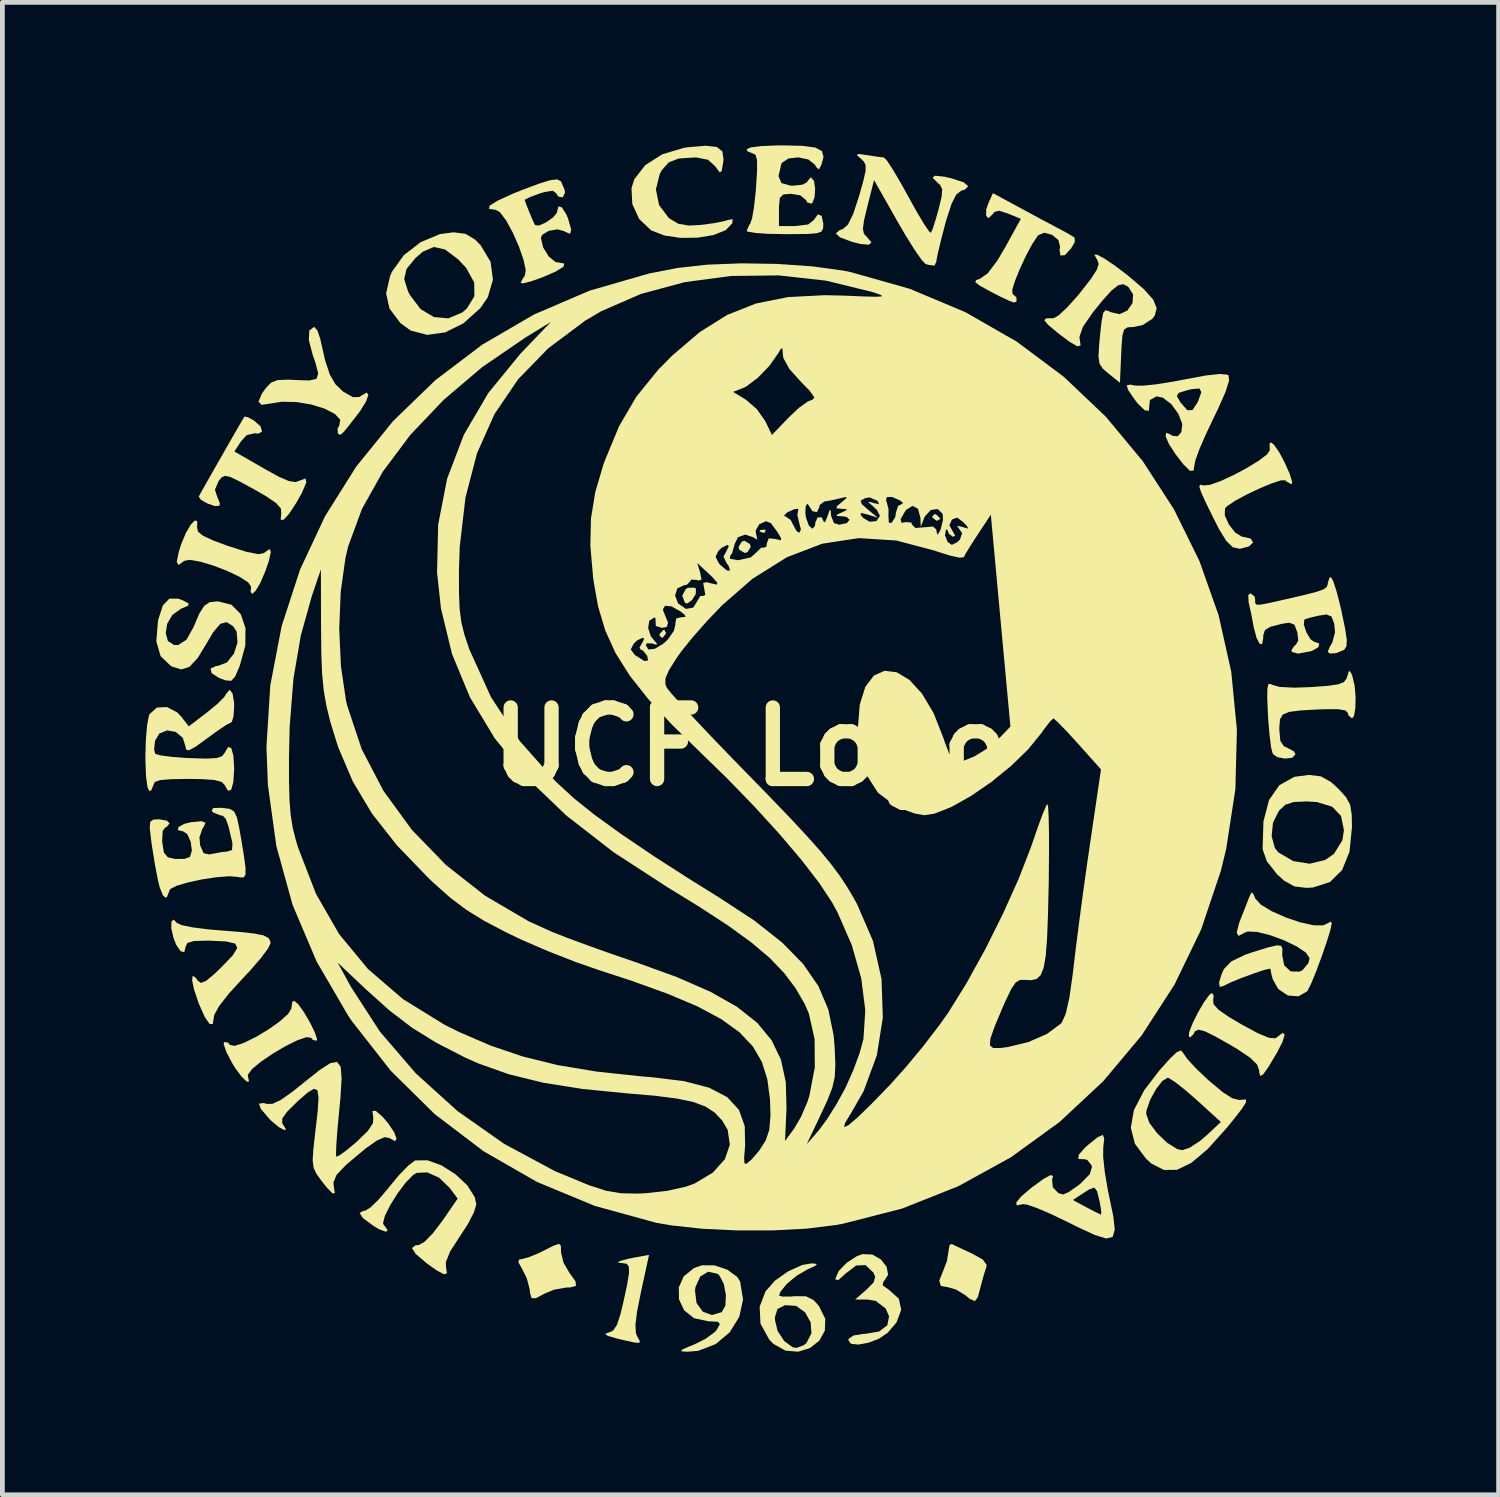
<source format=kicad_pcb>
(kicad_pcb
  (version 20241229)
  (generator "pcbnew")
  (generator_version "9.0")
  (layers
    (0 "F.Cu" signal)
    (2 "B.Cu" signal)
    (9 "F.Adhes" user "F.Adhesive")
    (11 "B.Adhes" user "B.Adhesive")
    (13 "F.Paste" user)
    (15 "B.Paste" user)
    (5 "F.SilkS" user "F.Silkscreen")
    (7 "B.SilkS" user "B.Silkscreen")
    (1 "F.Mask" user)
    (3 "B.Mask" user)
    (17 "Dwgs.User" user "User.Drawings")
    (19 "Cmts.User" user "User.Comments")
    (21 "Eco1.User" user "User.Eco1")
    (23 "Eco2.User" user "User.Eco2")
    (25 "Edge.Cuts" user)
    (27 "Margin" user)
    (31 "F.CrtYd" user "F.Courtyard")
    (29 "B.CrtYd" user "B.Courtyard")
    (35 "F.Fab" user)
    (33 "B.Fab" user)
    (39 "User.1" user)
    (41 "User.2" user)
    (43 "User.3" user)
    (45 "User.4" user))
  (footprint "UCF Logo"
    (layer "F.Cu")
    (at 12.7 12.615)
    (property "Reference" "UCF Logo" (at 0 0 0) (layer "F.SilkS") (effects (font (size 1.5 1.5) (thickness 0.3))))
    (attr board_only exclude_from_pos_files exclude_from_bom)
    (fp_poly (pts (xy 0.31 -4.544) (xy 0.299 -4.493) (xy 0.254 -4.487) (xy 0.184 -4.518) (xy 0.198 -4.544) (xy 0.298 -4.554)) (stroke (width 0) (type solid)) (fill yes) (layer "F.SilkS"))
    (fp_poly (pts (xy -1.779 -2.39) (xy -1.778 -2.371) (xy -1.843 -2.289) (xy -1.868 -2.286) (xy -1.918 -2.338) (xy -1.905 -2.371) (xy -1.829 -2.451) (xy -1.815 -2.455)) (stroke (width 0) (type solid)) (fill yes) (layer "F.SilkS"))
    (fp_poly (pts (xy -0.015 -4.25) (xy 0 -4.191) (xy -0.068 -4.079) (xy -0.127 -4.064) (xy -0.239 -4.132) (xy -0.254 -4.191) (xy -0.186 -4.303) (xy -0.127 -4.318)) (stroke (width 0) (type solid)) (fill yes) (layer "F.SilkS"))
    (fp_poly (pts (xy 3.895 -4.868) (xy 3.975 -4.792) (xy 3.979 -4.779) (xy 3.914 -4.742) (xy 3.895 -4.741) (xy 3.813 -4.806) (xy 3.81 -4.831) (xy 3.862 -4.882)) (stroke (width 0) (type solid)) (fill yes) (layer "F.SilkS"))
    (fp_poly (pts (xy -1.148 -3.311) (xy -1.153 -3.203) (xy -1.229 -3.079) (xy -1.327 -3.005) (xy -1.378 -3.015) (xy -1.437 -3.168) (xy -1.363 -3.305) (xy -1.315 -3.332) (xy -1.183 -3.337)) (stroke (width 0) (type solid)) (fill yes) (layer "F.SilkS"))
    (fp_poly (pts (xy 4.322 10.486) (xy 4.526 10.581) (xy 4.635 10.631) (xy 4.868 10.76) (xy 4.95 10.873) (xy 4.943 10.922) (xy 4.888 11.091) (xy 4.826 11.323) (xy 4.824 11.331) (xy 4.764 11.553) (xy 4.704 11.632) (xy 4.603 11.589) (xy 4.499 11.507) (xy 4.308 11.39) (xy 4.153 11.345) (xy 3.989 11.314) (xy 3.956 11.203) (xy 4.029 11.022) (xy 4.118 10.787) (xy 4.148 10.597) (xy 4.171 10.459) (xy 4.212 10.433)) (stroke (width 0) (type solid)) (fill yes) (layer "F.SilkS"))
    (fp_poly (pts (xy -3.983 10.471) (xy -3.979 10.593) (xy -3.979 10.614) (xy -3.928 10.824) (xy -3.81 11.03) (xy -3.676 11.217) (xy -3.664 11.312) (xy -3.778 11.345) (xy -3.873 11.348) (xy -4.129 11.394) (xy -4.318 11.472) (xy -4.508 11.572) (xy -4.597 11.57) (xy -4.631 11.456) (xy -4.637 11.386) (xy -4.698 11.152) (xy -4.793 10.963) (xy -4.876 10.813) (xy -4.855 10.757) (xy -4.811 10.753) (xy -4.666 10.716) (xy -4.445 10.625) (xy -4.36 10.583) (xy -4.134 10.469) (xy -4.021 10.43)) (stroke (width 0) (type solid)) (fill yes) (layer "F.SilkS"))
    (fp_poly (pts (xy -2.303 11.446) (xy -2.384 11.853) (xy -2.418 12.128) (xy -2.409 12.302) (xy -2.379 12.38) (xy -2.327 12.469) (xy -2.337 12.509) (xy -2.438 12.502) (xy -2.661 12.453) (xy -2.794 12.421) (xy -3.005 12.36) (xy -3.054 12.318) (xy -2.993 12.298) (xy -2.888 12.253) (xy -2.808 12.135) (xy -2.733 11.91) (xy -2.675 11.669) (xy -2.593 11.291) (xy -2.553 11.048) (xy -2.556 10.911) (xy -2.6 10.85) (xy -2.681 10.837) (xy -2.789 10.824) (xy -2.745 10.791) (xy -2.564 10.743) (xy -2.442 10.719) (xy -2.133 10.663)) (stroke (width 0) (type solid)) (fill yes) (layer "F.SilkS"))
    (fp_poly (pts (xy -11.611 -4.726) (xy -11.615 -4.604) (xy -11.598 -4.514) (xy -11.497 -4.428) (xy -11.283 -4.328) (xy -10.971 -4.212) (xy -10.578 -4.087) (xy -10.327 -4.038) (xy -10.213 -4.062) (xy -10.099 -4.146) (xy -10.066 -4.088) (xy -10.112 -3.886) (xy -10.182 -3.683) (xy -10.287 -3.437) (xy -10.387 -3.27) (xy -10.461 -3.202) (xy -10.492 -3.255) (xy -10.481 -3.353) (xy -10.542 -3.446) (xy -10.723 -3.563) (xy -10.981 -3.686) (xy -11.27 -3.798) (xy -11.546 -3.881) (xy -11.767 -3.92) (xy -11.884 -3.898) (xy -12.003 -3.812) (xy -12.042 -3.874) (xy -12 -4.085) (xy -11.948 -4.25) (xy -11.849 -4.486) (xy -11.746 -4.66) (xy -11.66 -4.747)) (stroke (width 0) (type solid)) (fill yes) (layer "F.SilkS"))
    (fp_poly (pts (xy -9.495 5.401) (xy -9.376 5.566) (xy -9.251 5.778) (xy -9.149 5.984) (xy -9.099 6.132) (xy -9.105 6.17) (xy -9.183 6.155) (xy -9.221 6.109) (xy -9.319 6.095) (xy -9.513 6.161) (xy -9.763 6.285) (xy -10.03 6.442) (xy -10.276 6.61) (xy -10.462 6.764) (xy -10.549 6.881) (xy -10.549 6.91) (xy -10.525 7.027) (xy -10.576 7.026) (xy -10.68 6.925) (xy -10.814 6.745) (xy -10.879 6.64) (xy -10.997 6.414) (xy -11.055 6.249) (xy -11.052 6.198) (xy -10.969 6.208) (xy -10.926 6.258) (xy -10.825 6.277) (xy -10.631 6.214) (xy -10.382 6.091) (xy -10.12 5.934) (xy -9.881 5.765) (xy -9.706 5.609) (xy -9.634 5.488) (xy -9.635 5.474) (xy -9.617 5.354) (xy -9.578 5.334)) (stroke (width 0) (type solid)) (fill yes) (layer "F.SilkS"))
    (fp_poly (pts (xy 9.716 5.23) (xy 9.702 5.313) (xy 9.713 5.408) (xy 9.818 5.522) (xy 10.038 5.674) (xy 10.299 5.828) (xy 10.647 6.016) (xy 10.878 6.11) (xy 11.008 6.119) (xy 11.033 6.103) (xy 11.159 6.006) (xy 11.202 6.041) (xy 11.159 6.19) (xy 11.046 6.413) (xy 10.867 6.714) (xy 10.753 6.875) (xy 10.691 6.91) (xy 10.669 6.831) (xy 10.668 6.794) (xy 10.624 6.669) (xy 10.478 6.526) (xy 10.207 6.344) (xy 10.082 6.269) (xy 9.747 6.079) (xy 9.527 5.971) (xy 9.394 5.938) (xy 9.321 5.972) (xy 9.29 6.032) (xy 9.222 6.097) (xy 9.193 6.084) (xy 9.199 5.989) (xy 9.272 5.803) (xy 9.384 5.578) (xy 9.509 5.363) (xy 9.62 5.21) (xy 9.679 5.166)) (stroke (width 0) (type solid)) (fill yes) (layer "F.SilkS"))
    (fp_poly (pts (xy -5.984 -10.76) (xy -5.784 -10.639) (xy -5.664 -10.517) (xy -5.457 -10.171) (xy -5.408 -9.797) (xy -5.517 -9.426) (xy -5.673 -9.199) (xy -6.03 -8.88) (xy -6.41 -8.692) (xy -6.786 -8.639) (xy -7.131 -8.728) (xy -7.349 -8.886) (xy -7.579 -9.193) (xy -7.649 -9.511) (xy -7.58 -9.811) (xy -7.27 -9.811) (xy -7.19 -9.555) (xy -7.155 -9.484) (xy -6.928 -9.181) (xy -6.647 -9.013) (xy -6.344 -8.986) (xy -6.053 -9.109) (xy -5.956 -9.192) (xy -5.797 -9.45) (xy -5.801 -9.737) (xy -5.968 -10.042) (xy -6.137 -10.223) (xy -6.411 -10.43) (xy -6.648 -10.483) (xy -6.881 -10.384) (xy -7.034 -10.251) (xy -7.221 -10.022) (xy -7.27 -9.811) (xy -7.58 -9.811) (xy -7.565 -9.872) (xy -7.522 -9.971) (xy -7.277 -10.311) (xy -6.925 -10.584) (xy -6.521 -10.753) (xy -6.238 -10.791)) (stroke (width 0) (type solid)) (fill yes) (layer "F.SilkS"))
    (fp_poly (pts (xy 2.552 10.656) (xy 2.731 10.758) (xy 2.852 10.913) (xy 2.883 11.08) (xy 2.794 11.218) (xy 2.782 11.226) (xy 2.769 11.301) (xy 2.909 11.403) (xy 3.108 11.582) (xy 3.158 11.815) (xy 3.06 12.079) (xy 2.873 12.298) (xy 2.687 12.423) (xy 2.467 12.507) (xy 2.257 12.545) (xy 2.103 12.528) (xy 2.048 12.45) (xy 2.054 12.425) (xy 2.155 12.355) (xy 2.363 12.32) (xy 2.409 12.319) (xy 2.695 12.27) (xy 2.867 12.139) (xy 2.903 11.95) (xy 2.83 11.786) (xy 2.622 11.628) (xy 2.446 11.599) (xy 2.192 11.599) (xy 2.429 11.393) (xy 2.581 11.238) (xy 2.611 11.119) (xy 2.573 11.033) (xy 2.409 10.877) (xy 2.212 10.886) (xy 1.991 11.055) (xy 1.843 11.189) (xy 1.78 11.182) (xy 1.778 11.161) (xy 1.847 11.001) (xy 2.016 10.827) (xy 2.229 10.689) (xy 2.344 10.647)) (stroke (width 0) (type solid)) (fill yes) (layer "F.SilkS"))
    (fp_poly (pts (xy -0.711 -12.582) (xy -0.594 -12.489) (xy -0.57 -12.32) (xy -0.578 -12.257) (xy -0.609 -12.077) (xy -0.649 -12.048) (xy -0.73 -12.154) (xy -0.742 -12.173) (xy -0.895 -12.313) (xy -1.137 -12.36) (xy -1.189 -12.361) (xy -1.512 -12.339) (xy -1.721 -12.258) (xy -1.867 -12.091) (xy -1.907 -12.018) (xy -1.989 -11.691) (xy -1.923 -11.364) (xy -1.72 -11.094) (xy -1.703 -11.08) (xy -1.519 -10.971) (xy -1.302 -10.933) (xy -1.058 -10.945) (xy -0.78 -10.981) (xy -0.554 -11.026) (xy -0.486 -11.047) (xy -0.379 -11.068) (xy -0.387 -10.98) (xy -0.525 -10.836) (xy -0.781 -10.734) (xy -1.112 -10.679) (xy -1.47 -10.674) (xy -1.81 -10.724) (xy -2.087 -10.831) (xy -2.091 -10.834) (xy -2.341 -11.071) (xy -2.484 -11.384) (xy -2.501 -11.716) (xy -2.444 -11.902) (xy -2.212 -12.201) (xy -1.854 -12.428) (xy -1.404 -12.563) (xy -1.317 -12.576) (xy -0.944 -12.607)) (stroke (width 0) (type solid)) (fill yes) (layer "F.SilkS"))
    (fp_poly (pts (xy 11.963 0.624) (xy 12.176 0.743) (xy 12.327 0.881) (xy 12.489 1.058) (xy 12.576 1.218) (xy 12.61 1.428) (xy 12.615 1.689) (xy 12.563 2.204) (xy 12.408 2.589) (xy 12.153 2.84) (xy 11.798 2.955) (xy 11.657 2.963) (xy 11.405 2.932) (xy 11.192 2.813) (xy 11.041 2.675) (xy 10.828 2.404) (xy 10.741 2.153) (xy 10.74 2.146) (xy 10.748 1.879) (xy 10.929 1.879) (xy 10.997 2.127) (xy 11.07 2.219) (xy 11.384 2.402) (xy 11.728 2.456) (xy 12.051 2.379) (xy 12.238 2.248) (xy 12.415 1.962) (xy 12.446 1.753) (xy 12.386 1.455) (xy 12.2 1.26) (xy 11.882 1.163) (xy 11.675 1.149) (xy 11.393 1.161) (xy 11.216 1.22) (xy 11.084 1.343) (xy 10.958 1.595) (xy 10.929 1.879) (xy 10.748 1.879) (xy 10.758 1.567) (xy 10.875 1.12) (xy 11.091 0.809) (xy 11.405 0.633) (xy 11.711 0.593)) (stroke (width 0) (type solid)) (fill yes) (layer "F.SilkS"))
    (fp_poly (pts (xy -0.759 10.883) (xy -0.489 10.974) (xy -0.283 11.125) (xy -0.222 11.222) (xy -0.16 11.599) (xy -0.241 11.964) (xy -0.441 12.288) (xy -0.736 12.535) (xy -1.102 12.676) (xy -1.331 12.695) (xy -1.453 12.686) (xy -1.448 12.655) (xy -1.302 12.589) (xy -1.195 12.547) (xy -0.945 12.423) (xy -0.753 12.281) (xy -0.709 12.23) (xy -0.646 12.114) (xy -0.69 12.066) (xy -0.87 12.057) (xy -0.886 12.057) (xy -1.188 11.992) (xy -1.396 11.826) (xy -1.504 11.597) (xy -1.508 11.407) (xy -1.169 11.407) (xy -1.137 11.671) (xy -1.006 11.854) (xy -0.813 11.925) (xy -0.608 11.865) (xy -0.532 11.729) (xy -0.52 11.51) (xy -0.563 11.276) (xy -0.655 11.096) (xy -0.699 11.058) (xy -0.892 11.016) (xy -1.057 11.116) (xy -1.157 11.333) (xy -1.169 11.407) (xy -1.508 11.407) (xy -1.509 11.346) (xy -1.405 11.113) (xy -1.188 10.938) (xy -1.022 10.881)) (stroke (width 0) (type solid)) (fill yes) (layer "F.SilkS"))
    (fp_poly (pts (xy 10.978 -6.337) (xy 11.09 -6.173) (xy 11.202 -5.964) (xy 11.308 -5.724) (xy 11.36 -5.557) (xy 11.349 -5.503) (xy 11.236 -5.565) (xy 11.219 -5.587) (xy 11.128 -5.588) (xy 10.934 -5.525) (xy 10.681 -5.42) (xy 10.411 -5.292) (xy 10.169 -5.162) (xy 10 -5.049) (xy 9.951 -5) (xy 9.946 -4.854) (xy 10.031 -4.664) (xy 10.164 -4.492) (xy 10.306 -4.405) (xy 10.327 -4.403) (xy 10.488 -4.366) (xy 10.541 -4.285) (xy 10.458 -4.204) (xy 10.449 -4.2) (xy 10.264 -4.151) (xy 10.115 -4.183) (xy 9.977 -4.317) (xy 9.82 -4.575) (xy 9.713 -4.785) (xy 9.546 -5.126) (xy 9.448 -5.342) (xy 9.412 -5.457) (xy 9.429 -5.495) (xy 9.494 -5.484) (xy 9.504 -5.48) (xy 9.639 -5.493) (xy 9.862 -5.573) (xy 10.133 -5.699) (xy 10.412 -5.848) (xy 10.658 -5.999) (xy 10.832 -6.13) (xy 10.892 -6.22) (xy 10.891 -6.225) (xy 10.886 -6.354) (xy 10.91 -6.385)) (stroke (width 0) (type solid)) (fill yes) (layer "F.SilkS"))
    (fp_poly (pts (xy 1.388 10.852) (xy 1.36 10.89) (xy 1.185 10.971) (xy 0.962 11.101) (xy 0.757 11.272) (xy 0.621 11.44) (xy 0.595 11.517) (xy 0.668 11.538) (xy 0.852 11.536) (xy 0.919 11.53) (xy 1.159 11.531) (xy 1.321 11.613) (xy 1.432 11.736) (xy 1.564 12.003) (xy 1.556 12.252) (xy 1.439 12.464) (xy 1.243 12.618) (xy 0.997 12.694) (xy 0.732 12.672) (xy 0.478 12.531) (xy 0.389 12.44) (xy 0.205 12.106) (xy 0.201 12.024) (xy 0.508 12.024) (xy 0.564 12.258) (xy 0.702 12.469) (xy 0.877 12.599) (xy 0.957 12.615) (xy 1.11 12.56) (xy 1.168 12.514) (xy 1.275 12.307) (xy 1.257 12.076) (xy 1.141 11.869) (xy 0.954 11.733) (xy 0.724 11.718) (xy 0.723 11.718) (xy 0.563 11.797) (xy 0.51 11.963) (xy 0.508 12.024) (xy 0.201 12.024) (xy 0.188 11.749) (xy 0.31 11.43) (xy 0.506 11.206) (xy 0.787 11.007) (xy 1.086 10.873) (xy 1.282 10.841)) (stroke (width 0) (type solid)) (fill yes) (layer "F.SilkS"))
    (fp_poly (pts (xy 5.78 -11.235) (xy 6.11 -11.057) (xy 6.403 -10.901) (xy 6.613 -10.789) (xy 6.667 -10.76) (xy 6.795 -10.679) (xy 6.8 -10.587) (xy 6.722 -10.454) (xy 6.592 -10.312) (xy 6.499 -10.304) (xy 6.479 -10.426) (xy 6.491 -10.483) (xy 6.457 -10.627) (xy 6.324 -10.738) (xy 6.158 -10.783) (xy 6.028 -10.727) (xy 5.907 -10.545) (xy 5.774 -10.297) (xy 5.648 -10.026) (xy 5.546 -9.774) (xy 5.488 -9.585) (xy 5.492 -9.501) (xy 5.493 -9.5) (xy 5.575 -9.426) (xy 5.577 -9.339) (xy 5.524 -9.317) (xy 5.42 -9.356) (xy 5.217 -9.452) (xy 5.038 -9.544) (xy 4.807 -9.671) (xy 4.711 -9.746) (xy 4.732 -9.791) (xy 4.808 -9.815) (xy 4.973 -9.93) (xy 5.178 -10.203) (xy 5.334 -10.468) (xy 5.668 -11.073) (xy 5.409 -11.18) (xy 5.218 -11.243) (xy 5.116 -11.22) (xy 5.077 -11.171) (xy 4.99 -11.089) (xy 4.94 -11.135) (xy 4.941 -11.269) (xy 4.983 -11.394) (xy 5.082 -11.612)) (stroke (width 0) (type solid)) (fill yes) (layer "F.SilkS"))
    (fp_poly (pts (xy 12.593 -1.553) (xy 12.624 -1.477) (xy 12.67 -1.282) (xy 12.691 -1.039) (xy 12.686 -0.807) (xy 12.656 -0.64) (xy 12.615 -0.593) (xy 12.537 -0.66) (xy 12.531 -0.701) (xy 12.483 -0.759) (xy 12.325 -0.786) (xy 12.031 -0.785) (xy 11.917 -0.781) (xy 11.538 -0.76) (xy 11.298 -0.729) (xy 11.164 -0.674) (xy 11.106 -0.577) (xy 11.092 -0.421) (xy 11.091 -0.351) (xy 11.112 -0.12) (xy 11.188 -0.006) (xy 11.261 0.025) (xy 11.398 0.099) (xy 11.43 0.161) (xy 11.362 0.233) (xy 11.209 0.251) (xy 11.045 0.219) (xy 10.953 0.151) (xy 10.92 0.024) (xy 10.887 -0.227) (xy 10.859 -0.553) (xy 10.852 -0.673) (xy 10.837 -1.022) (xy 10.841 -1.227) (xy 10.865 -1.316) (xy 10.915 -1.313) (xy 10.931 -1.301) (xy 11.093 -1.253) (xy 11.404 -1.237) (xy 11.758 -1.25) (xy 12.11 -1.276) (xy 12.328 -1.308) (xy 12.447 -1.356) (xy 12.502 -1.432) (xy 12.513 -1.467) (xy 12.554 -1.591)) (stroke (width 0) (type solid)) (fill yes) (layer "F.SilkS"))
    (fp_poly (pts (xy -9.09 -8.732) (xy -9.03 -8.553) (xy -9.026 -8.535) (xy -8.929 -8.105) (xy -8.83 -7.806) (xy -8.712 -7.603) (xy -8.56 -7.457) (xy -8.546 -7.447) (xy -8.345 -7.332) (xy -8.212 -7.336) (xy -8.181 -7.357) (xy -8.057 -7.429) (xy -8.021 -7.384) (xy -8.067 -7.246) (xy -8.194 -7.043) (xy -8.23 -6.994) (xy -8.422 -6.745) (xy -8.536 -6.605) (xy -8.599 -6.548) (xy -8.636 -6.55) (xy -8.662 -6.574) (xy -8.667 -6.677) (xy -8.632 -6.736) (xy -8.611 -6.859) (xy -8.725 -6.981) (xy -8.939 -7.091) (xy -9.219 -7.178) (xy -9.529 -7.23) (xy -9.835 -7.237) (xy -10.065 -7.2) (xy -10.264 -7.171) (xy -10.327 -7.24) (xy -10.254 -7.409) (xy -10.172 -7.523) (xy -10.063 -7.637) (xy -9.926 -7.691) (xy -9.707 -7.7) (xy -9.539 -7.692) (xy -9.257 -7.682) (xy -9.109 -7.717) (xy -9.074 -7.829) (xy -9.131 -8.051) (xy -9.189 -8.219) (xy -9.27 -8.53) (xy -9.261 -8.731) (xy -9.163 -8.805) (xy -9.157 -8.805)) (stroke (width 0) (type solid)) (fill yes) (layer "F.SilkS"))
    (fp_poly (pts (xy -12.039 3.699) (xy -11.934 3.746) (xy -11.699 3.793) (xy -11.376 3.834) (xy -11.176 3.851) (xy -10.723 3.887) (xy -10.414 3.921) (xy -10.22 3.961) (xy -10.118 4.013) (xy -10.079 4.083) (xy -10.075 4.127) (xy -10.131 4.242) (xy -10.283 4.444) (xy -10.503 4.699) (xy -10.668 4.874) (xy -10.949 5.182) (xy -11.15 5.439) (xy -11.252 5.621) (xy -11.261 5.664) (xy -11.285 5.818) (xy -11.352 5.82) (xy -11.452 5.675) (xy -11.579 5.392) (xy -11.589 5.364) (xy -11.679 5.095) (xy -11.719 4.902) (xy -11.709 4.809) (xy -11.649 4.841) (xy -11.598 4.913) (xy -11.534 4.957) (xy -11.428 4.915) (xy -11.253 4.77) (xy -11.093 4.616) (xy -10.868 4.38) (xy -10.772 4.225) (xy -10.814 4.133) (xy -11.004 4.087) (xy -11.352 4.071) (xy -11.409 4.07) (xy -11.681 4.078) (xy -11.818 4.118) (xy -11.853 4.191) (xy -11.884 4.311) (xy -11.959 4.294) (xy -12.052 4.159) (xy -12.109 4.016) (xy -12.157 3.808) (xy -12.153 3.667) (xy -12.106 3.628)) (stroke (width 0) (type solid)) (fill yes) (layer "F.SilkS"))
    (fp_poly (pts (xy -10.543 -6.909) (xy -10.422 -6.843) (xy -10.283 -6.719) (xy -10.252 -6.611) (xy -10.331 -6.566) (xy -10.4 -6.576) (xy -10.573 -6.538) (xy -10.694 -6.405) (xy -10.833 -6.193) (xy -10.222 -5.841) (xy -9.902 -5.664) (xy -9.689 -5.572) (xy -9.549 -5.551) (xy -9.462 -5.581) (xy -9.34 -5.627) (xy -9.323 -5.545) (xy -9.412 -5.333) (xy -9.533 -5.116) (xy -9.687 -4.882) (xy -9.802 -4.759) (xy -9.861 -4.76) (xy -9.85 -4.894) (xy -9.849 -4.9) (xy -9.858 -4.999) (xy -9.956 -5.109) (xy -10.165 -5.252) (xy -10.425 -5.402) (xy -10.727 -5.567) (xy -10.917 -5.658) (xy -11.03 -5.683) (xy -11.102 -5.649) (xy -11.164 -5.57) (xy -11.241 -5.391) (xy -11.194 -5.247) (xy -11.138 -5.108) (xy -11.147 -5.052) (xy -11.244 -5.048) (xy -11.397 -5.101) (xy -11.534 -5.178) (xy -11.58 -5.245) (xy -11.58 -5.246) (xy -11.532 -5.335) (xy -11.421 -5.532) (xy -11.268 -5.802) (xy -11.094 -6.106) (xy -10.922 -6.407) (xy -10.771 -6.67) (xy -10.663 -6.855) (xy -10.62 -6.927)) (stroke (width 0) (type solid)) (fill yes) (layer "F.SilkS"))
    (fp_poly (pts (xy 9.073 6.427) (xy 9.16 6.553) (xy 9.341 6.749) (xy 9.58 6.976) (xy 9.623 7.015) (xy 9.902 7.248) (xy 10.099 7.375) (xy 10.249 7.414) (xy 10.317 7.406) (xy 10.392 7.404) (xy 10.391 7.463) (xy 10.303 7.602) (xy 10.117 7.84) (xy 9.983 8.004) (xy 9.587 8.444) (xy 9.244 8.733) (xy 8.943 8.878) (xy 8.67 8.881) (xy 8.411 8.75) (xy 8.295 8.647) (xy 8.061 8.332) (xy 7.975 7.996) (xy 8.026 7.702) (xy 8.297 7.702) (xy 8.363 7.891) (xy 8.526 8.11) (xy 8.737 8.311) (xy 8.948 8.442) (xy 9.052 8.467) (xy 9.216 8.411) (xy 9.431 8.27) (xy 9.547 8.171) (xy 9.864 7.875) (xy 9.356 7.412) (xy 9.107 7.196) (xy 8.899 7.033) (xy 8.767 6.951) (xy 8.749 6.946) (xy 8.636 7.014) (xy 8.503 7.186) (xy 8.382 7.407) (xy 8.307 7.621) (xy 8.297 7.702) (xy 8.026 7.702) (xy 8.04 7.625) (xy 8.256 7.209) (xy 8.57 6.799) (xy 8.797 6.544) (xy 8.942 6.408) (xy 9.027 6.374)) (stroke (width 0) (type solid)) (fill yes) (layer "F.SilkS"))
    (fp_poly (pts (xy -12.005 -3.104) (xy -11.912 -3.068) (xy -11.79 -3.003) (xy -11.806 -2.956) (xy -11.957 -2.891) (xy -12.135 -2.763) (xy -12.242 -2.577) (xy -12.273 -2.38) (xy -12.227 -2.216) (xy -12.098 -2.132) (xy -12.012 -2.132) (xy -11.838 -2.243) (xy -11.694 -2.499) (xy -11.569 -2.79) (xy -11.465 -2.955) (xy -11.351 -3.03) (xy -11.193 -3.048) (xy -11.174 -3.048) (xy -10.893 -2.977) (xy -10.699 -2.781) (xy -10.599 -2.485) (xy -10.604 -2.115) (xy -10.72 -1.695) (xy -10.815 -1.474) (xy -10.897 -1.382) (xy -11.017 -1.39) (xy -11.155 -1.442) (xy -11.31 -1.542) (xy -11.332 -1.639) (xy -11.218 -1.692) (xy -11.181 -1.693) (xy -10.988 -1.767) (xy -10.842 -1.951) (xy -10.767 -2.185) (xy -10.785 -2.411) (xy -10.854 -2.523) (xy -10.994 -2.613) (xy -11.128 -2.576) (xy -11.278 -2.4) (xy -11.403 -2.187) (xy -11.603 -1.858) (xy -11.776 -1.674) (xy -11.946 -1.62) (xy -12.138 -1.679) (xy -12.166 -1.693) (xy -12.38 -1.898) (xy -12.47 -2.206) (xy -12.437 -2.625) (xy -12.429 -2.667) (xy -12.333 -2.964) (xy -12.197 -3.105)) (stroke (width 0) (type solid)) (fill yes) (layer "F.SilkS"))
    (fp_poly (pts (xy -6.485 8.786) (xy -6.191 8.974) (xy -5.943 9.207) (xy -5.788 9.455) (xy -5.757 9.602) (xy -5.805 9.766) (xy -5.93 10.01) (xy -6.101 10.274) (xy -6.306 10.591) (xy -6.395 10.813) (xy -6.392 10.923) (xy -6.372 11.05) (xy -6.437 11.07) (xy -6.6 10.981) (xy -6.799 10.838) (xy -7.028 10.644) (xy -7.106 10.52) (xy -7.036 10.463) (xy -6.965 10.457) (xy -6.845 10.39) (xy -6.672 10.214) (xy -6.484 9.969) (xy -6.148 9.482) (xy -6.318 9.255) (xy -6.538 9.043) (xy -6.784 8.933) (xy -7.006 8.942) (xy -7.083 8.986) (xy -7.246 9.155) (xy -7.416 9.383) (xy -7.568 9.629) (xy -7.676 9.847) (xy -7.714 9.995) (xy -7.703 10.026) (xy -7.615 10.144) (xy -7.653 10.178) (xy -7.795 10.126) (xy -7.915 10.055) (xy -8.135 9.891) (xy -8.206 9.784) (xy -8.125 9.738) (xy -8.091 9.737) (xy -7.983 9.673) (xy -7.811 9.507) (xy -7.61 9.271) (xy -7.582 9.234) (xy -7.372 8.982) (xy -7.18 8.786) (xy -7.045 8.684) (xy -7.036 8.681) (xy -6.782 8.678)) (stroke (width 0) (type solid)) (fill yes) (layer "F.SilkS"))
    (fp_poly (pts (xy 7.417 8.226) (xy 7.397 8.403) (xy 7.395 8.61) (xy 7.429 8.925) (xy 7.491 9.292) (xy 7.522 9.44) (xy 7.608 9.857) (xy 7.638 10.136) (xy 7.594 10.286) (xy 7.46 10.319) (xy 7.218 10.245) (xy 6.852 10.075) (xy 6.658 9.978) (xy 6.311 9.811) (xy 6.013 9.683) (xy 5.801 9.609) (xy 5.714 9.598) (xy 5.581 9.625) (xy 5.571 9.564) (xy 5.613 9.512) (xy 6.758 9.512) (xy 7.041 9.663) (xy 7.23 9.762) (xy 7.342 9.815) (xy 7.352 9.818) (xy 7.355 9.748) (xy 7.326 9.573) (xy 7.321 9.546) (xy 7.268 9.328) (xy 7.209 9.251) (xy 7.098 9.291) (xy 6.984 9.364) (xy 6.758 9.512) (xy 5.613 9.512) (xy 5.676 9.436) (xy 5.882 9.26) (xy 6.143 9.07) (xy 6.292 8.988) (xy 6.343 9.008) (xy 6.323 9.091) (xy 6.339 9.246) (xy 6.457 9.369) (xy 6.557 9.396) (xy 6.673 9.344) (xy 6.856 9.217) (xy 6.926 9.161) (xy 7.114 8.97) (xy 7.159 8.818) (xy 7.149 8.781) (xy 7.058 8.668) (xy 6.994 8.656) (xy 6.873 8.651) (xy 6.882 8.563) (xy 7.017 8.409) (xy 7.082 8.352) (xy 7.286 8.19) (xy 7.39 8.146)) (stroke (width 0) (type solid)) (fill yes) (layer "F.SilkS"))
    (fp_poly (pts (xy 10.005 -7.803) (xy 10.025 -7.789) (xy 10.036 -7.678) (xy 9.963 -7.445) (xy 9.803 -7.082) (xy 9.713 -6.898) (xy 9.547 -6.548) (xy 9.414 -6.24) (xy 9.332 -6.015) (xy 9.313 -5.926) (xy 9.291 -5.791) (xy 9.217 -5.787) (xy 9.08 -5.92) (xy 8.916 -6.132) (xy 8.772 -6.354) (xy 8.705 -6.514) (xy 8.717 -6.586) (xy 8.815 -6.545) (xy 8.843 -6.523) (xy 8.959 -6.512) (xy 9.035 -6.597) (xy 9.055 -6.77) (xy 8.972 -6.984) (xy 8.824 -7.186) (xy 8.647 -7.322) (xy 8.514 -7.349) (xy 8.377 -7.272) (xy 8.365 -7.176) (xy 8.355 -7.047) (xy 8.27 -7.055) (xy 8.124 -7.195) (xy 8.059 -7.278) (xy 8.008 -7.352) (xy 8.941 -7.352) (xy 9.019 -7.22) (xy 9.02 -7.218) (xy 9.16 -7.059) (xy 9.268 -7.06) (xy 9.375 -7.223) (xy 9.388 -7.25) (xy 9.455 -7.437) (xy 9.415 -7.514) (xy 9.248 -7.5) (xy 9.152 -7.476) (xy 8.976 -7.421) (xy 8.941 -7.352) (xy 8.008 -7.352) (xy 7.919 -7.482) (xy 7.889 -7.581) (xy 7.969 -7.596) (xy 8.065 -7.576) (xy 8.226 -7.573) (xy 8.507 -7.602) (xy 8.862 -7.658) (xy 9.096 -7.703) (xy 9.547 -7.787) (xy 9.846 -7.819)) (stroke (width 0) (type solid)) (fill yes) (layer "F.SilkS"))
    (fp_poly (pts (xy 7.27 -10.321) (xy 7.427 -10.237) (xy 7.66 -10.078) (xy 7.912 -9.886) (xy 8.246 -9.601) (xy 8.445 -9.379) (xy 8.518 -9.2) (xy 8.477 -9.043) (xy 8.425 -8.975) (xy 8.225 -8.846) (xy 8.034 -8.805) (xy 7.909 -8.798) (xy 7.836 -8.752) (xy 7.799 -8.629) (xy 7.78 -8.394) (xy 7.772 -8.22) (xy 7.747 -7.635) (xy 7.508 -7.826) (xy 7.384 -7.934) (xy 7.317 -8.039) (xy 7.297 -8.191) (xy 7.311 -8.439) (xy 7.328 -8.617) (xy 7.362 -8.926) (xy 7.395 -9.096) (xy 7.442 -9.156) (xy 7.515 -9.136) (xy 7.546 -9.118) (xy 7.738 -9.073) (xy 7.904 -9.151) (xy 8.01 -9.305) (xy 8.023 -9.489) (xy 7.92 -9.649) (xy 7.82 -9.702) (xy 7.71 -9.681) (xy 7.566 -9.566) (xy 7.366 -9.342) (xy 7.18 -9.112) (xy 6.971 -8.81) (xy 6.897 -8.599) (xy 6.904 -8.541) (xy 6.921 -8.417) (xy 6.853 -8.4) (xy 6.688 -8.495) (xy 6.444 -8.679) (xy 6.235 -8.854) (xy 6.158 -8.95) (xy 6.207 -8.987) (xy 6.35 -8.987) (xy 6.458 -9.046) (xy 6.635 -9.21) (xy 6.849 -9.447) (xy 6.923 -9.538) (xy 7.142 -9.82) (xy 7.262 -10.006) (xy 7.301 -10.127) (xy 7.272 -10.215) (xy 7.262 -10.228) (xy 7.209 -10.322)) (stroke (width 0) (type solid)) (fill yes) (layer "F.SilkS"))
    (fp_poly (pts (xy -3.987 -11.865) (xy -3.974 -11.847) (xy -3.904 -11.68) (xy -3.896 -11.62) (xy -3.944 -11.524) (xy -4.038 -11.542) (xy -4.082 -11.612) (xy -4.152 -11.663) (xy -4.323 -11.637) (xy -4.428 -11.605) (xy -4.627 -11.532) (xy -4.735 -11.478) (xy -4.741 -11.47) (xy -4.712 -11.384) (xy -4.646 -11.217) (xy -4.573 -11.044) (xy -4.524 -10.941) (xy -4.439 -10.934) (xy -4.292 -11.001) (xy -4.146 -11.103) (xy -4.066 -11.201) (xy -4.064 -11.216) (xy -4.034 -11.336) (xy -3.961 -11.313) (xy -3.866 -11.162) (xy -3.83 -11.076) (xy -3.766 -10.85) (xy -3.79 -10.759) (xy -3.903 -10.807) (xy -3.914 -10.816) (xy -4.058 -10.854) (xy -4.238 -10.821) (xy -4.374 -10.739) (xy -4.403 -10.675) (xy -4.354 -10.473) (xy -4.236 -10.283) (xy -4.096 -10.169) (xy -4.05 -10.16) (xy -3.911 -10.136) (xy -3.926 -10.07) (xy -4.091 -9.968) (xy -4.361 -9.85) (xy -4.607 -9.763) (xy -4.775 -9.72) (xy -4.826 -9.728) (xy -4.774 -9.835) (xy -4.741 -9.873) (xy -4.72 -9.999) (xy -4.769 -10.224) (xy -4.867 -10.503) (xy -4.995 -10.791) (xy -5.133 -11.043) (xy -5.262 -11.213) (xy -5.344 -11.261) (xy -5.49 -11.283) (xy -5.476 -11.35) (xy -5.307 -11.457) (xy -4.987 -11.603) (xy -4.777 -11.687) (xy -4.424 -11.818) (xy -4.196 -11.887) (xy -4.06 -11.901)) (stroke (width 0) (type solid)) (fill yes) (layer "F.SilkS"))
    (fp_poly (pts (xy -10.869 -1.11) (xy -10.839 -0.923) (xy -10.837 -0.847) (xy -10.851 -0.634) (xy -10.887 -0.516) (xy -10.901 -0.508) (xy -10.996 -0.46) (xy -11.183 -0.335) (xy -11.409 -0.17) (xy -11.65 0.004) (xy -11.788 0.078) (xy -11.846 0.061) (xy -11.853 0.016) (xy -11.915 -0.186) (xy -12.063 -0.309) (xy -12.246 -0.341) (xy -12.41 -0.273) (xy -12.497 -0.123) (xy -12.517 0.059) (xy -12.492 0.152) (xy -12.384 0.183) (xy -12.153 0.214) (xy -11.843 0.237) (xy -11.763 0.241) (xy -11.416 0.251) (xy -11.203 0.239) (xy -11.089 0.2) (xy -11.041 0.136) (xy -10.963 0.006) (xy -10.897 0.031) (xy -10.852 0.197) (xy -10.837 0.466) (xy -10.855 0.749) (xy -10.901 0.907) (xy -10.967 0.925) (xy -11.037 0.804) (xy -11.101 0.739) (xy -11.25 0.7) (xy -11.516 0.681) (xy -11.808 0.677) (xy -12.169 0.683) (xy -12.39 0.702) (xy -12.501 0.741) (xy -12.531 0.804) (xy -12.576 0.917) (xy -12.615 0.931) (xy -12.656 0.852) (xy -12.686 0.632) (xy -12.699 0.303) (xy -12.7 0.206) (xy -12.69 -0.147) (xy -12.664 -0.449) (xy -12.626 -0.649) (xy -12.612 -0.683) (xy -12.459 -0.82) (xy -12.249 -0.831) (xy -12.034 -0.72) (xy -11.954 -0.637) (xy -11.789 -0.426) (xy -11.398 -0.725) (xy -11.187 -0.899) (xy -11.045 -1.041) (xy -11.007 -1.105) (xy -10.942 -1.183) (xy -10.922 -1.185)) (stroke (width 0) (type solid)) (fill yes) (layer "F.SilkS"))
    (fp_poly (pts (xy 10.547 3.092) (xy 10.585 3.185) (xy 10.702 3.314) (xy 10.931 3.453) (xy 11.224 3.583) (xy 11.533 3.687) (xy 11.812 3.748) (xy 12.012 3.749) (xy 12.064 3.726) (xy 12.166 3.673) (xy 12.192 3.7) (xy 12.163 3.843) (xy 12.087 4.09) (xy 11.983 4.393) (xy 11.87 4.698) (xy 11.765 4.956) (xy 11.687 5.115) (xy 11.675 5.133) (xy 11.492 5.238) (xy 11.27 5.221) (xy 11.076 5.09) (xy 11.054 5.061) (xy 10.954 4.882) (xy 10.922 4.765) (xy 10.905 4.664) (xy 10.895 4.657) (xy 10.771 4.686) (xy 10.553 4.759) (xy 10.3 4.852) (xy 10.075 4.944) (xy 9.937 5.011) (xy 9.927 5.018) (xy 9.841 5.042) (xy 9.826 4.947) (xy 9.883 4.764) (xy 9.928 4.667) (xy 10.081 4.507) (xy 10.372 4.366) (xy 10.541 4.309) (xy 10.856 4.212) (xy 11.042 4.168) (xy 11.131 4.179) (xy 11.156 4.248) (xy 11.15 4.37) (xy 11.193 4.588) (xy 11.33 4.716) (xy 11.516 4.72) (xy 11.578 4.689) (xy 11.701 4.541) (xy 11.726 4.438) (xy 11.651 4.323) (xy 11.457 4.192) (xy 11.191 4.063) (xy 10.899 3.956) (xy 10.628 3.888) (xy 10.426 3.878) (xy 10.362 3.903) (xy 10.235 3.972) (xy 10.196 3.902) (xy 10.248 3.699) (xy 10.273 3.632) (xy 10.37 3.388) (xy 10.448 3.186) (xy 10.452 3.175) (xy 10.505 3.057)) (stroke (width 0) (type solid)) (fill yes) (layer "F.SilkS"))
    (fp_poly (pts (xy -8.602 6.719) (xy -8.583 6.964) (xy -8.607 7.359) (xy -8.636 7.664) (xy -8.671 8.037) (xy -8.693 8.341) (xy -8.701 8.543) (xy -8.695 8.605) (xy -8.62 8.571) (xy -8.457 8.45) (xy -8.265 8.289) (xy -8.032 8.062) (xy -7.924 7.897) (xy -7.919 7.78) (xy -7.936 7.644) (xy -7.867 7.641) (xy -7.726 7.763) (xy -7.603 7.906) (xy -7.477 8.096) (xy -7.429 8.229) (xy -7.464 8.277) (xy -7.577 8.213) (xy -7.677 8.192) (xy -7.838 8.261) (xy -8.077 8.429) (xy -8.412 8.709) (xy -8.49 8.776) (xy -8.688 8.982) (xy -8.755 9.146) (xy -8.747 9.221) (xy -8.725 9.366) (xy -8.775 9.373) (xy -8.903 9.239) (xy -9.005 9.11) (xy -9.11 8.964) (xy -9.17 8.836) (xy -9.19 8.68) (xy -9.176 8.448) (xy -9.136 8.095) (xy -9.136 8.095) (xy -9.085 7.651) (xy -9.067 7.36) (xy -9.091 7.207) (xy -9.164 7.178) (xy -9.295 7.257) (xy -9.492 7.429) (xy -9.506 7.442) (xy -9.725 7.658) (xy -9.828 7.801) (xy -9.83 7.9) (xy -9.812 7.928) (xy -9.749 8.03) (xy -9.789 8.043) (xy -9.9 7.982) (xy -10.048 7.859) (xy -10.102 7.806) (xy -10.278 7.599) (xy -10.317 7.49) (xy -10.218 7.477) (xy -10.155 7.495) (xy -10.033 7.494) (xy -9.862 7.414) (xy -9.616 7.241) (xy -9.36 7.036) (xy -9.044 6.784) (xy -8.82 6.64) (xy -8.677 6.615)) (stroke (width 0) (type solid)) (fill yes) (layer "F.SilkS"))
    (fp_poly (pts (xy 2.443 -12.41) (xy 2.445 -12.41) (xy 2.657 -12.377) (xy 2.792 -12.361) (xy 2.797 -12.361) (xy 2.862 -12.291) (xy 2.986 -12.102) (xy 3.15 -11.823) (xy 3.302 -11.55) (xy 3.481 -11.226) (xy 3.633 -10.972) (xy 3.739 -10.815) (xy 3.78 -10.779) (xy 3.823 -10.877) (xy 3.889 -11.087) (xy 3.941 -11.273) (xy 4.006 -11.538) (xy 4.018 -11.692) (xy 3.977 -11.782) (xy 3.921 -11.831) (xy 3.817 -11.937) (xy 3.865 -11.979) (xy 4.062 -11.958) (xy 4.215 -11.923) (xy 4.47 -11.839) (xy 4.564 -11.76) (xy 4.495 -11.689) (xy 4.415 -11.663) (xy 4.314 -11.585) (xy 4.215 -11.391) (xy 4.107 -11.059) (xy 4.076 -10.949) (xy 3.992 -10.624) (xy 3.928 -10.358) (xy 3.896 -10.196) (xy 3.895 -10.175) (xy 3.856 -10.091) (xy 3.72 -10.11) (xy 3.663 -10.131) (xy 3.582 -10.218) (xy 3.44 -10.422) (xy 3.258 -10.713) (xy 3.073 -11.03) (xy 2.588 -11.886) (xy 2.449 -11.34) (xy 2.378 -11.043) (xy 2.354 -10.864) (xy 2.376 -10.76) (xy 2.44 -10.69) (xy 2.533 -10.581) (xy 2.481 -10.531) (xy 2.299 -10.546) (xy 2.125 -10.591) (xy 1.872 -10.686) (xy 1.786 -10.769) (xy 1.868 -10.838) (xy 1.931 -10.858) (xy 2.038 -10.949) (xy 2.151 -11.178) (xy 2.274 -11.553) (xy 2.366 -11.88) (xy 2.411 -12.084) (xy 2.411 -12.205) (xy 2.368 -12.283) (xy 2.312 -12.334) (xy 2.226 -12.414) (xy 2.263 -12.435)) (stroke (width 0) (type solid)) (fill yes) (layer "F.SilkS"))
    (fp_poly (pts (xy 1.092 -12.605) (xy 1.356 -12.569) (xy 1.495 -12.494) (xy 1.528 -12.372) (xy 1.485 -12.213) (xy 1.433 -12.11) (xy 1.377 -12.157) (xy 1.345 -12.213) (xy 1.208 -12.32) (xy 0.999 -12.363) (xy 0.791 -12.34) (xy 0.655 -12.249) (xy 0.644 -12.227) (xy 0.583 -11.972) (xy 0.645 -11.824) (xy 0.841 -11.77) (xy 0.889 -11.769) (xy 1.085 -11.79) (xy 1.183 -11.842) (xy 1.185 -11.853) (xy 1.25 -11.936) (xy 1.27 -11.938) (xy 1.329 -11.867) (xy 1.352 -11.705) (xy 1.34 -11.526) (xy 1.291 -11.403) (xy 1.279 -11.393) (xy 1.189 -11.416) (xy 1.155 -11.473) (xy 1.038 -11.567) (xy 0.849 -11.599) (xy 0.685 -11.586) (xy 0.612 -11.514) (xy 0.593 -11.335) (xy 0.593 -11.261) (xy 0.593 -10.922) (xy 0.934 -10.922) (xy 1.205 -10.955) (xy 1.324 -11.049) (xy 1.41 -11.168) (xy 1.489 -11.135) (xy 1.524 -10.968) (xy 1.524 -10.964) (xy 1.518 -10.866) (xy 1.481 -10.804) (xy 1.379 -10.77) (xy 1.181 -10.756) (xy 0.856 -10.753) (xy 0.72 -10.753) (xy 0.374 -10.759) (xy 0.103 -10.777) (xy -0.057 -10.803) (xy -0.085 -10.82) (xy -0.034 -10.939) (xy -0.011 -10.969) (xy 0.029 -11.086) (xy 0.07 -11.326) (xy 0.105 -11.645) (xy 0.113 -11.748) (xy 0.134 -12.097) (xy 0.132 -12.31) (xy 0.103 -12.416) (xy 0.045 -12.446) (xy 0.04 -12.446) (xy -0.071 -12.493) (xy -0.085 -12.531) (xy -0.005 -12.571) (xy 0.217 -12.6) (xy 0.552 -12.614) (xy 0.68 -12.615)) (stroke (width 0) (type solid)) (fill yes) (layer "F.SilkS"))
    (fp_poly (pts (xy 12.219 -3.479) (xy 12.287 -3.274) (xy 12.364 -2.978) (xy 12.398 -2.828) (xy 12.472 -2.47) (xy 12.506 -2.242) (xy 12.5 -2.11) (xy 12.457 -2.039) (xy 12.438 -2.025) (xy 12.283 -1.962) (xy 12.149 -1.953) (xy 12.107 -1.991) (xy 12.147 -2.089) (xy 12.204 -2.19) (xy 12.259 -2.396) (xy 12.244 -2.576) (xy 12.185 -2.73) (xy 12.08 -2.773) (xy 11.914 -2.748) (xy 11.721 -2.702) (xy 11.619 -2.669) (xy 11.616 -2.667) (xy 11.604 -2.562) (xy 11.659 -2.397) (xy 11.746 -2.252) (xy 11.82 -2.201) (xy 11.929 -2.165) (xy 11.91 -2.086) (xy 11.777 -2.01) (xy 11.748 -2.001) (xy 11.481 -1.952) (xy 11.356 -1.987) (xy 11.345 -2.025) (xy 11.411 -2.121) (xy 11.436 -2.133) (xy 11.488 -2.231) (xy 11.468 -2.398) (xy 11.409 -2.558) (xy 11.302 -2.601) (xy 11.145 -2.577) (xy 10.906 -2.516) (xy 10.79 -2.448) (xy 10.754 -2.337) (xy 10.753 -2.276) (xy 10.73 -2.15) (xy 10.677 -2.16) (xy 10.612 -2.284) (xy 10.556 -2.497) (xy 10.552 -2.517) (xy 10.502 -2.783) (xy 10.451 -3.009) (xy 10.447 -3.027) (xy 10.438 -3.179) (xy 10.489 -3.217) (xy 10.573 -3.149) (xy 10.583 -3.09) (xy 10.584 -3.018) (xy 10.607 -2.981) (xy 10.688 -2.978) (xy 10.86 -3.01) (xy 11.156 -3.077) (xy 11.234 -3.094) (xy 11.623 -3.184) (xy 11.875 -3.249) (xy 12.02 -3.301) (xy 12.088 -3.352) (xy 12.107 -3.412) (xy 12.107 -3.435) (xy 12.144 -3.544) (xy 12.173 -3.556)) (stroke (width 0) (type solid)) (fill yes) (layer "F.SilkS"))
    (fp_poly (pts (xy -11.08 1.285) (xy -10.932 1.306) (xy -10.84 1.359) (xy -10.78 1.483) (xy -10.729 1.714) (xy -10.696 1.905) (xy -10.631 2.296) (xy -10.598 2.548) (xy -10.6 2.688) (xy -10.639 2.744) (xy -10.716 2.743) (xy -10.758 2.733) (xy -10.944 2.719) (xy -11.212 2.74) (xy -11.516 2.786) (xy -11.809 2.849) (xy -12.045 2.919) (xy -12.178 2.987) (xy -12.192 3.013) (xy -12.244 3.148) (xy -12.27 3.171) (xy -12.33 3.125) (xy -12.398 2.955) (xy -12.433 2.816) (xy -12.499 2.475) (xy -12.56 2.097) (xy -12.578 1.968) (xy -12.608 1.711) (xy -12.599 1.579) (xy -12.536 1.531) (xy -12.415 1.524) (xy -12.25 1.552) (xy -12.192 1.609) (xy -12.257 1.69) (xy -12.282 1.693) (xy -12.336 1.769) (xy -12.348 1.963) (xy -12.345 2.011) (xy -12.311 2.224) (xy -12.228 2.322) (xy -12.076 2.356) (xy -11.878 2.354) (xy -11.765 2.314) (xy -11.724 2.18) (xy -11.749 1.996) (xy -11.82 1.837) (xy -11.906 1.778) (xy -12.021 1.75) (xy -12.006 1.687) (xy -11.885 1.62) (xy -11.748 1.586) (xy -11.52 1.564) (xy -11.437 1.597) (xy -11.483 1.696) (xy -11.506 1.726) (xy -11.566 1.907) (xy -11.55 2.073) (xy -11.48 2.234) (xy -11.358 2.262) (xy -11.313 2.252) (xy -11.094 2.211) (xy -10.984 2.202) (xy -10.882 2.168) (xy -10.873 2.036) (xy -10.886 1.968) (xy -10.955 1.678) (xy -11.012 1.518) (xy -11.073 1.451) (xy -11.134 1.439) (xy -11.279 1.381) (xy -11.307 1.349) (xy -11.28 1.289) (xy -11.099 1.283)) (stroke (width 0) (type solid)) (fill yes) (layer "F.SilkS"))
    (fp_poly (pts (xy 0.559 -10.128) (xy 1.29 -10.077) (xy 1.934 -9.989) (xy 2.093 -9.957) (xy 3.34 -9.605) (xy 4.507 -9.114) (xy 5.585 -8.495) (xy 6.569 -7.76) (xy 7.452 -6.921) (xy 8.225 -5.99) (xy 8.881 -4.978) (xy 9.414 -3.896) (xy 9.817 -2.757) (xy 10.082 -1.571) (xy 10.201 -0.352) (xy 10.169 0.891) (xy 9.976 2.145) (xy 9.864 2.606) (xy 9.45 3.837) (xy 8.893 4.99) (xy 8.205 6.055) (xy 7.396 7.02) (xy 6.478 7.877) (xy 5.461 8.614) (xy 4.357 9.222) (xy 3.177 9.691) (xy 1.931 10.01) (xy 1.789 10.036) (xy 1.178 10.112) (xy 0.47 10.149) (xy -0.279 10.15) (xy -1.011 10.115) (xy -1.667 10.044) (xy -1.99 9.988) (xy -3.275 9.634) (xy -4.483 9.133) (xy -5.603 8.49) (xy -6.629 7.71) (xy -7.553 6.799) (xy -8.366 5.761) (xy -8.443 5.648) (xy -9.095 4.53) (xy -8.666 4.53) (xy -8.388 5.038) (xy -7.776 5.983) (xy -7.023 6.858) (xy -6.148 7.648) (xy -5.17 8.335) (xy -4.109 8.905) (xy -3.387 9.204) (xy -3.036 9.317) (xy -2.725 9.37) (xy -2.368 9.377) (xy -2.191 9.368) (xy -1.75 9.319) (xy -1.359 9.231) (xy -1.175 9.165) (xy -0.791 8.934) (xy -0.542 8.656) (xy -0.437 8.35) (xy -0.484 8.038) (xy -0.599 7.843) (xy -0.755 7.678) (xy -0.947 7.552) (xy -1.202 7.456) (xy -1.548 7.383) (xy -2.011 7.324) (xy -2.556 7.278) (xy -3.523 7.183) (xy -4.352 7.051) (xy -5.072 6.874) (xy -5.711 6.648) (xy -5.991 6.523) (xy -6.595 6.213) (xy -7.101 5.9) (xy -7.575 5.538) (xy -8.08 5.085) (xy -8.666 4.53) (xy -9.095 4.53) (xy -9.108 4.507) (xy -9.611 3.321) (xy -9.952 2.086) (xy -10.13 0.802) (xy -10.152 0.212) (xy -9.687 0.212) (xy -9.687 0.734) (xy -9.676 1.13) (xy -9.651 1.439) (xy -9.608 1.703) (xy -9.542 1.965) (xy -9.496 2.117) (xy -9.121 3.087) (xy -8.635 3.933) (xy -8.029 4.666) (xy -7.295 5.297) (xy -6.423 5.835) (xy -6.133 5.98) (xy -5.458 6.272) (xy -4.775 6.503) (xy -4.047 6.682) (xy -3.235 6.817) (xy -2.302 6.917) (xy -2.069 6.936) (xy -1.393 7.019) (xy -0.871 7.156) (xy -0.492 7.354) (xy -0.246 7.621) (xy -0.125 7.963) (xy -0.117 8.369) (xy -0.138 8.628) (xy -0.132 8.745) (xy -0.085 8.749) (xy 0.013 8.666) (xy 0.014 8.666) (xy 0.18 8.473) (xy 0.315 8.261) (xy 0.39 8.04) (xy 0.415 7.733) (xy 0.404 7.395) (xy 0.349 6.978) (xy 0.233 6.611) (xy 0.043 6.286) (xy -0.237 5.991) (xy -0.619 5.716) (xy -1.116 5.45) (xy -1.744 5.184) (xy -2.514 4.907) (xy -3.164 4.695) (xy -3.681 4.515) (xy -4.26 4.288) (xy -4.814 4.048) (xy -5.11 3.907) (xy -5.589 3.656) (xy -5.969 3.422) (xy -6.31 3.164) (xy -6.674 2.839) (xy -6.762 2.755) (xy -7.422 2.071) (xy -7.944 1.407) (xy -8.348 0.731) (xy -8.656 0.009) (xy -8.819 -0.516) (xy -8.901 -0.851) (xy -8.957 -1.172) (xy -8.992 -1.526) (xy -9.009 -1.959) (xy -9.014 -2.467) (xy -8.633 -2.467) (xy -8.597 -1.687) (xy -8.493 -0.98) (xy -8.468 -0.869) (xy -8.162 0.051) (xy -7.705 0.927) (xy -7.111 1.743) (xy -6.395 2.482) (xy -5.572 3.128) (xy -4.658 3.664) (xy -4.167 3.887) (xy -3.857 4.008) (xy -3.438 4.163) (xy -2.961 4.334) (xy -2.478 4.5) (xy -2.406 4.524) (xy -1.548 4.835) (xy -0.846 5.142) (xy -0.289 5.457) (xy 0.136 5.793) (xy 0.44 6.161) (xy 0.636 6.572) (xy 0.736 7.039) (xy 0.751 7.574) (xy 0.75 7.602) (xy 0.72 8.273) (xy 0.913 8.011) (xy 1.055 7.767) (xy 1.188 7.458) (xy 1.23 7.331) (xy 1.345 6.729) (xy 1.341 6.136) (xy 1.22 5.6) (xy 1.138 5.408) (xy 0.941 5.067) (xy 0.7 4.747) (xy 0.397 4.432) (xy 0.013 4.107) (xy -0.471 3.756) (xy -1.073 3.363) (xy -1.728 2.961) (xy -2.881 2.212) (xy -3.869 1.444) (xy -4.697 0.65) (xy -5.37 -0.175) (xy -5.891 -1.037) (xy -6.266 -1.942) (xy -6.498 -2.897) (xy -6.581 -3.657) (xy -6.58 -3.683) (xy -6.121 -3.683) (xy -6.12 -3.224) (xy -6.106 -2.883) (xy -6.07 -2.609) (xy -6.007 -2.352) (xy -5.909 -2.059) (xy -5.9 -2.035) (xy -5.45 -1.042) (xy -4.847 -0.12) (xy -4.097 0.726) (xy -3.702 1.089) (xy -3.275 1.431) (xy -2.71 1.839) (xy -2.019 2.306) (xy -1.216 2.821) (xy -0.656 3.169) (xy 0.076 3.649) (xy 0.657 4.107) (xy 1.1 4.559) (xy 1.42 5.023) (xy 1.629 5.516) (xy 1.74 6.057) (xy 1.762 6.317) (xy 1.776 6.673) (xy 1.763 6.932) (xy 1.711 7.16) (xy 1.607 7.424) (xy 1.488 7.681) (xy 1.176 8.34) (xy 1.434 8.043) (xy 1.602 7.816) (xy 1.799 7.502) (xy 1.983 7.167) (xy 1.989 7.154) (xy 2.149 6.798) (xy 2.284 6.432) (xy 2.366 6.133) (xy 2.366 6.13) (xy 2.404 5.532) (xy 2.32 4.864) (xy 2.122 4.166) (xy 1.82 3.475) (xy 1.702 3.26) (xy 1.436 2.858) (xy 1.062 2.373) (xy 0.599 1.828) (xy 0.07 1.248) (xy -0.504 0.657) (xy -1.014 0.161) (xy -1.644 -0.453) (xy -2.147 -0.996) (xy -2.492 -1.432) (xy -1.789 -1.432) (xy -1.789 -1.305) (xy -1.761 -1.237) (xy -1.677 -1.13) (xy -1.492 -0.922) (xy -1.222 -0.63) (xy -0.885 -0.273) (xy -0.498 0.13) (xy -0.174 0.463) (xy 0.376 1.027) (xy 0.821 1.49) (xy 1.176 1.871) (xy 1.459 2.188) (xy 1.683 2.46) (xy 1.866 2.705) (xy 2.022 2.941) (xy 2.168 3.188) (xy 2.231 3.303) (xy 2.565 4.075) (xy 2.745 4.876) (xy 2.772 5.684) (xy 2.647 6.475) (xy 2.37 7.226) (xy 2.107 7.686) (xy 1.979 7.896) (xy 1.96 7.982) (xy 2.046 7.945) (xy 2.233 7.788) (xy 2.517 7.513) (xy 2.896 7.123) (xy 2.899 7.121) (xy 3.252 6.728) (xy 3.624 6.279) (xy 3.963 5.837) (xy 4.147 5.577) (xy 4.528 4.963) (xy 4.919 4.255) (xy 5.292 3.507) (xy 5.621 2.775) (xy 5.878 2.113) (xy 5.915 2.006) (xy 6.03 1.673) (xy 6.13 1.403) (xy 6.202 1.235) (xy 6.223 1.202) (xy 6.24 1.264) (xy 6.251 1.472) (xy 6.258 1.801) (xy 6.259 2.228) (xy 6.254 2.73) (xy 6.252 2.889) (xy 6.237 3.532) (xy 6.218 4.025) (xy 6.19 4.386) (xy 6.147 4.636) (xy 6.085 4.792) (xy 6 4.874) (xy 5.886 4.9) (xy 5.765 4.894) (xy 5.65 4.895) (xy 5.557 4.951) (xy 5.463 5.091) (xy 5.342 5.345) (xy 5.273 5.503) (xy 5.115 5.88) (xy 5.029 6.125) (xy 5.018 6.265) (xy 5.086 6.323) (xy 5.238 6.323) (xy 5.397 6.302) (xy 5.832 6.196) (xy 6.219 6.025) (xy 6.502 5.815) (xy 6.527 5.788) (xy 6.609 5.606) (xy 6.687 5.262) (xy 6.758 4.76) (xy 6.77 4.657) (xy 6.819 4.243) (xy 6.887 3.712) (xy 6.966 3.116) (xy 7.051 2.506) (xy 7.113 2.081) (xy 7.349 0.477) (xy 6.871 -0.058) (xy 6.649 -0.301) (xy 6.471 -0.486) (xy 6.365 -0.584) (xy 6.35 -0.592) (xy 6.281 -0.528) (xy 6.158 -0.369) (xy 6.101 -0.288) (xy 5.822 0.056) (xy 5.46 0.407) (xy 5.049 0.741) (xy 4.623 1.034) (xy 4.215 1.263) (xy 3.858 1.405) (xy 3.645 1.439) (xy 3.437 1.401) (xy 3.167 1.305) (xy 3.047 1.249) (xy 2.673 0.97) (xy 2.416 0.572) (xy 2.276 0.052) (xy 2.247 -0.372) (xy 2.288 -0.883) (xy 2.405 -1.255) (xy 2.584 -1.491) (xy 2.809 -1.592) (xy 3.062 -1.561) (xy 3.329 -1.401) (xy 3.593 -1.114) (xy 3.838 -0.703) (xy 4.048 -0.169) (xy 4.071 -0.097) (xy 4.159 0.134) (xy 4.252 0.286) (xy 4.286 0.312) (xy 4.454 0.302) (xy 4.696 0.203) (xy 4.96 0.041) (xy 5.197 -0.159) (xy 5.21 -0.173) (xy 5.449 -0.422) (xy 5.243 -2.644) (xy 5.038 -4.866) (xy 4.767 -4.457) (xy 4.616 -4.223) (xy 4.506 -4.043) (xy 4.471 -3.974) (xy 4.385 -3.964) (xy 4.184 -4.008) (xy 3.908 -4.095) (xy 3.871 -4.109) (xy 3.057 -4.325) (xy 2.267 -4.375) (xy 1.501 -4.258) (xy 0.757 -3.973) (xy 0.035 -3.52) (xy -0.6 -2.966) (xy -0.909 -2.643) (xy -1.209 -2.304) (xy -1.454 -2.001) (xy -1.548 -1.87) (xy -1.714 -1.606) (xy -1.789 -1.432) (xy -2.492 -1.432) (xy -2.54 -1.493) (xy -2.837 -1.966) (xy -2.87 -2.038) (xy -2.516 -2.038) (xy -2.437 -1.931) (xy -2.404 -1.905) (xy -2.227 -1.795) (xy -2.153 -1.81) (xy -2.171 -1.905) (xy -2.26 -2.017) (xy -2.305 -2.032) (xy -2.333 -2.082) (xy -2.307 -2.126) (xy -2.201 -2.126) (xy -2.146 -2.038) (xy -2.009 -2.054) (xy -1.831 -2.162) (xy -1.737 -2.25) (xy -1.613 -2.428) (xy -1.577 -2.575) (xy -1.581 -2.589) (xy -1.56 -2.691) (xy -1.47 -2.712) (xy -1.364 -2.723) (xy -1.392 -2.773) (xy -1.477 -2.839) (xy -1.66 -2.942) (xy -1.796 -2.956) (xy -1.842 -2.882) (xy -1.829 -2.836) (xy -1.755 -2.652) (xy -1.734 -2.6) (xy -1.761 -2.511) (xy -1.863 -2.492) (xy -1.989 -2.532) (xy -1.994 -2.6) (xy -1.998 -2.698) (xy -2.026 -2.709) (xy -2.127 -2.644) (xy -2.152 -2.491) (xy -2.097 -2.319) (xy -2.06 -2.27) (xy -1.964 -2.157) (xy -1.985 -2.139) (xy -2.058 -2.164) (xy -2.178 -2.17) (xy -2.201 -2.126) (xy -2.307 -2.126) (xy -2.286 -2.159) (xy -2.235 -2.261) (xy -2.265 -2.286) (xy -2.384 -2.228) (xy -2.458 -2.156) (xy -2.516 -2.038) (xy -2.87 -2.038) (xy -3.052 -2.439) (xy -3.201 -2.938) (xy -3.243 -3.17) (xy -1.587 -3.17) (xy -1.523 -3.005) (xy -1.358 -2.89) (xy -1.206 -2.917) (xy -1.125 -3.047) (xy -1.057 -3.16) (xy -0.997 -3.163) (xy -0.951 -3.183) (xy -0.973 -3.3) (xy -0.997 -3.434) (xy -0.918 -3.45) (xy -0.855 -3.432) (xy -0.714 -3.399) (xy -0.698 -3.438) (xy -0.81 -3.563) (xy -0.9 -3.647) (xy -1.122 -3.852) (xy -1.059 -3.649) (xy -1.032 -3.506) (xy -1.092 -3.485) (xy -1.133 -3.498) (xy -1.248 -3.505) (xy -1.27 -3.469) (xy -1.339 -3.396) (xy -1.4 -3.387) (xy -1.539 -3.321) (xy -1.587 -3.17) (xy -3.243 -3.17) (xy -3.298 -3.485) (xy -3.307 -3.556) (xy -3.344 -3.983) (xy -0.737 -3.983) (xy -0.671 -3.851) (xy -0.633 -3.808) (xy -0.499 -3.696) (xy -0.431 -3.694) (xy -0.463 -3.792) (xy -0.506 -3.85) (xy -0.55 -3.943) (xy -0.439 -3.943) (xy -0.294 -3.915) (xy -0.259 -3.913) (xy -0.002 -3.968) (xy 0.113 -4.069) (xy 0.22 -4.174) (xy 0.283 -4.176) (xy 0.329 -4.195) (xy 0.339 -4.267) (xy 0.378 -4.37) (xy 0.515 -4.358) (xy 0.631 -4.329) (xy 0.639 -4.373) (xy 0.603 -4.432) (xy 4.076 -4.432) (xy 4.132 -4.295) (xy 4.22 -4.233) (xy 4.335 -4.291) (xy 4.39 -4.345) (xy 4.435 -4.479) (xy 4.379 -4.562) (xy 4.329 -4.631) (xy 4.415 -4.617) (xy 4.445 -4.607) (xy 4.56 -4.574) (xy 4.546 -4.617) (xy 4.467 -4.705) (xy 4.332 -4.806) (xy 4.226 -4.767) (xy 4.221 -4.762) (xy 4.168 -4.645) (xy 4.23 -4.533) (xy 4.289 -4.425) (xy 4.244 -4.403) (xy 4.154 -4.469) (xy 4.149 -4.501) (xy 4.116 -4.56) (xy 4.096 -4.547) (xy 4.076 -4.432) (xy 0.603 -4.432) (xy 0.548 -4.522) (xy 0.422 -4.69) (xy 0.318 -4.73) (xy 0.18 -4.665) (xy 0.178 -4.664) (xy 0.102 -4.529) (xy 0.117 -4.442) (xy 0.14 -4.344) (xy 0.067 -4.382) (xy 0.055 -4.392) (xy -0.113 -4.45) (xy -0.268 -4.393) (xy -0.339 -4.246) (xy -0.339 -4.241) (xy -0.388 -4.064) (xy -0.427 -4.009) (xy -0.439 -3.943) (xy -0.55 -3.943) (xy -0.571 -3.986) (xy -0.508 -4.106) (xy -0.457 -4.209) (xy -0.487 -4.233) (xy -0.607 -4.175) (xy -0.679 -4.105) (xy -0.737 -3.983) (xy -3.344 -3.983) (xy -3.364 -4.219) (xy -3.351 -4.791) (xy -3.342 -4.843) (xy 0.697 -4.843) (xy 0.735 -4.827) (xy 0.839 -4.756) (xy 0.889 -4.657) (xy 0.964 -4.52) (xy 1.02 -4.487) (xy 1.054 -4.554) (xy 1.019 -4.69) (xy 0.979 -4.861) (xy 0.986 -4.904) (xy 1.147 -4.904) (xy 1.16 -4.805) (xy 1.221 -4.637) (xy 1.295 -4.572) (xy 1.348 -4.63) (xy 1.355 -4.699) (xy 1.402 -4.809) (xy 1.489 -4.811) (xy 1.532 -4.72) (xy 1.559 -4.708) (xy 1.609 -4.826) (xy 1.658 -4.968) (xy 1.678 -4.955) (xy 1.685 -4.847) (xy 1.746 -4.69) (xy 1.858 -4.657) (xy 2.017 -4.69) (xy 2.075 -4.76) (xy 2.012 -4.82) (xy 1.931 -4.832) (xy 1.797 -4.842) (xy 1.824 -4.875) (xy 1.905 -4.911) (xy 2.023 -4.967) (xy 1.987 -4.986) (xy 1.91 -4.989) (xy 1.796 -5.001) (xy 1.815 -5.049) (xy 1.91 -5.129) (xy 1.946 -5.16) (xy 2.305 -5.16) (xy 2.329 -5.09) (xy 2.455 -4.978) (xy 2.667 -4.803) (xy 2.456 -4.869) (xy 2.314 -4.904) (xy 2.308 -4.864) (xy 2.356 -4.801) (xy 2.495 -4.718) (xy 2.637 -4.732) (xy 2.709 -4.835) (xy 2.709 -4.847) (xy 2.649 -4.964) (xy 2.561 -5.05) (xy 2.464 -5.132) (xy 2.509 -5.133) (xy 2.582 -5.11) (xy 2.694 -5.087) (xy 2.668 -5.145) (xy 2.654 -5.161) (xy 2.84 -5.161) (xy 2.85 -5.144) (xy 2.892 -4.98) (xy 2.89 -4.838) (xy 2.898 -4.699) (xy 2.956 -4.694) (xy 3.005 -4.773) (xy 3.145 -4.773) (xy 3.163 -4.695) (xy 3.26 -4.711) (xy 3.368 -4.702) (xy 3.387 -4.655) (xy 3.454 -4.588) (xy 3.641 -4.602) (xy 3.823 -4.618) (xy 3.894 -4.556) (xy 3.9 -4.506) (xy 3.921 -4.443) (xy 3.977 -4.539) (xy 3.988 -4.566) (xy 4.035 -4.764) (xy 4.027 -4.884) (xy 3.923 -4.987) (xy 3.779 -4.965) (xy 3.656 -4.832) (xy 3.643 -4.805) (xy 3.567 -4.614) (xy 3.561 -4.8) (xy 3.51 -4.99) (xy 3.396 -5.052) (xy 3.26 -4.967) (xy 3.247 -4.95) (xy 3.145 -4.773) (xy 3.005 -4.773) (xy 3.033 -4.818) (xy 3.048 -4.916) (xy 3.093 -5.051) (xy 3.154 -5.081) (xy 3.198 -5.111) (xy 3.133 -5.165) (xy 2.967 -5.239) (xy 2.854 -5.236) (xy 2.84 -5.161) (xy 2.654 -5.161) (xy 2.652 -5.163) (xy 2.492 -5.229) (xy 2.398 -5.212) (xy 2.305 -5.16) (xy 1.946 -5.16) (xy 2.018 -5.223) (xy 1.983 -5.236) (xy 1.863 -5.207) (xy 1.66 -5.162) (xy 1.545 -5.144) (xy 1.448 -5.069) (xy 1.439 -5.024) (xy 1.391 -4.921) (xy 1.297 -4.939) (xy 1.246 -5.016) (xy 1.192 -5.099) (xy 1.154 -5.049) (xy 1.147 -4.904) (xy 0.986 -4.904) (xy 0.993 -4.944) (xy 1.003 -4.991) (xy 0.913 -4.981) (xy 0.78 -4.922) (xy 0.762 -4.911) (xy 0.697 -4.843) (xy -3.342 -4.843) (xy -3.262 -5.335) (xy -3.091 -5.917) (xy -3.065 -5.99) (xy -2.762 -6.722) (xy -2.399 -7.343) (xy -2.318 -7.443) (xy -0.37 -7.443) (xy -0.099 -7.278) (xy 0.127 -7.082) (xy 0.303 -6.836) (xy 0.308 -6.826) (xy 0.445 -6.539) (xy 0.801 -6.91) (xy 1.013 -7.109) (xy 1.2 -7.243) (xy 1.299 -7.281) (xy 1.337 -7.326) (xy 1.242 -7.462) (xy 1.06 -7.648) (xy 0.81 -7.926) (xy 0.686 -8.153) (xy 0.675 -8.219) (xy 0.666 -8.36) (xy 0.629 -8.342) (xy 0.579 -8.255) (xy 0.391 -7.988) (xy 0.148 -7.737) (xy -0.092 -7.558) (xy -0.164 -7.523) (xy -0.37 -7.443) (xy -2.318 -7.443) (xy -1.939 -7.91) (xy -1.644 -8.207) (xy -1.07 -8.697) (xy -0.497 -9.056) (xy 0.109 -9.297) (xy 0.781 -9.432) (xy 1.554 -9.472) (xy 1.947 -9.463) (xy 2.359 -9.446) (xy 2.619 -9.439) (xy 2.743 -9.445) (xy 2.75 -9.466) (xy 2.656 -9.504) (xy 2.54 -9.542) (xy 1.578 -9.777) (xy 0.582 -9.887) (xy -0.416 -9.875) (xy -1.387 -9.745) (xy -2.302 -9.498) (xy -3.13 -9.139) (xy -3.473 -8.937) (xy -4.247 -8.358) (xy -4.88 -7.707) (xy -5.377 -6.975) (xy -5.743 -6.152) (xy -5.984 -5.227) (xy -6.105 -4.192) (xy -6.121 -3.683) (xy -6.58 -3.683) (xy -6.557 -4.66) (xy -6.369 -5.623) (xy -6.018 -6.544) (xy -5.507 -7.417) (xy -4.835 -8.24) (xy -4.79 -8.287) (xy -4.191 -8.912) (xy -4.727 -8.583) (xy -5.633 -7.963) (xy -6.442 -7.276) (xy -7.142 -6.54) (xy -7.718 -5.77) (xy -8.157 -4.985) (xy -8.446 -4.199) (xy -8.502 -3.962) (xy -8.602 -3.248) (xy -8.633 -2.467) (xy -9.014 -2.467) (xy -9.015 -2.474) (xy -9.017 -3.721) (xy -9.21 -3.152) (xy -9.44 -2.327) (xy -9.593 -1.427) (xy -9.673 -0.419) (xy -9.687 0.212) (xy -10.152 0.212) (xy -10.16 0) (xy -10.079 -1.287) (xy -9.841 -2.528) (xy -9.455 -3.714) (xy -8.931 -4.833) (xy -8.277 -5.875) (xy -7.503 -6.83) (xy -6.617 -7.688) (xy -5.629 -8.436) (xy -4.548 -9.066) (xy -3.382 -9.566) (xy -2.141 -9.925) (xy -1.537 -10.043) (xy -0.916 -10.112) (xy -0.196 -10.14)) (stroke (width 0) (type solid)) (fill yes) (layer "F.SilkS")))
  (gr_rect
    (start -3 -3)
    (end 28.391 28.311)
    (stroke (width 0.1) (type default))
    (fill no)
    (layer "Edge.Cuts")))
</source>
